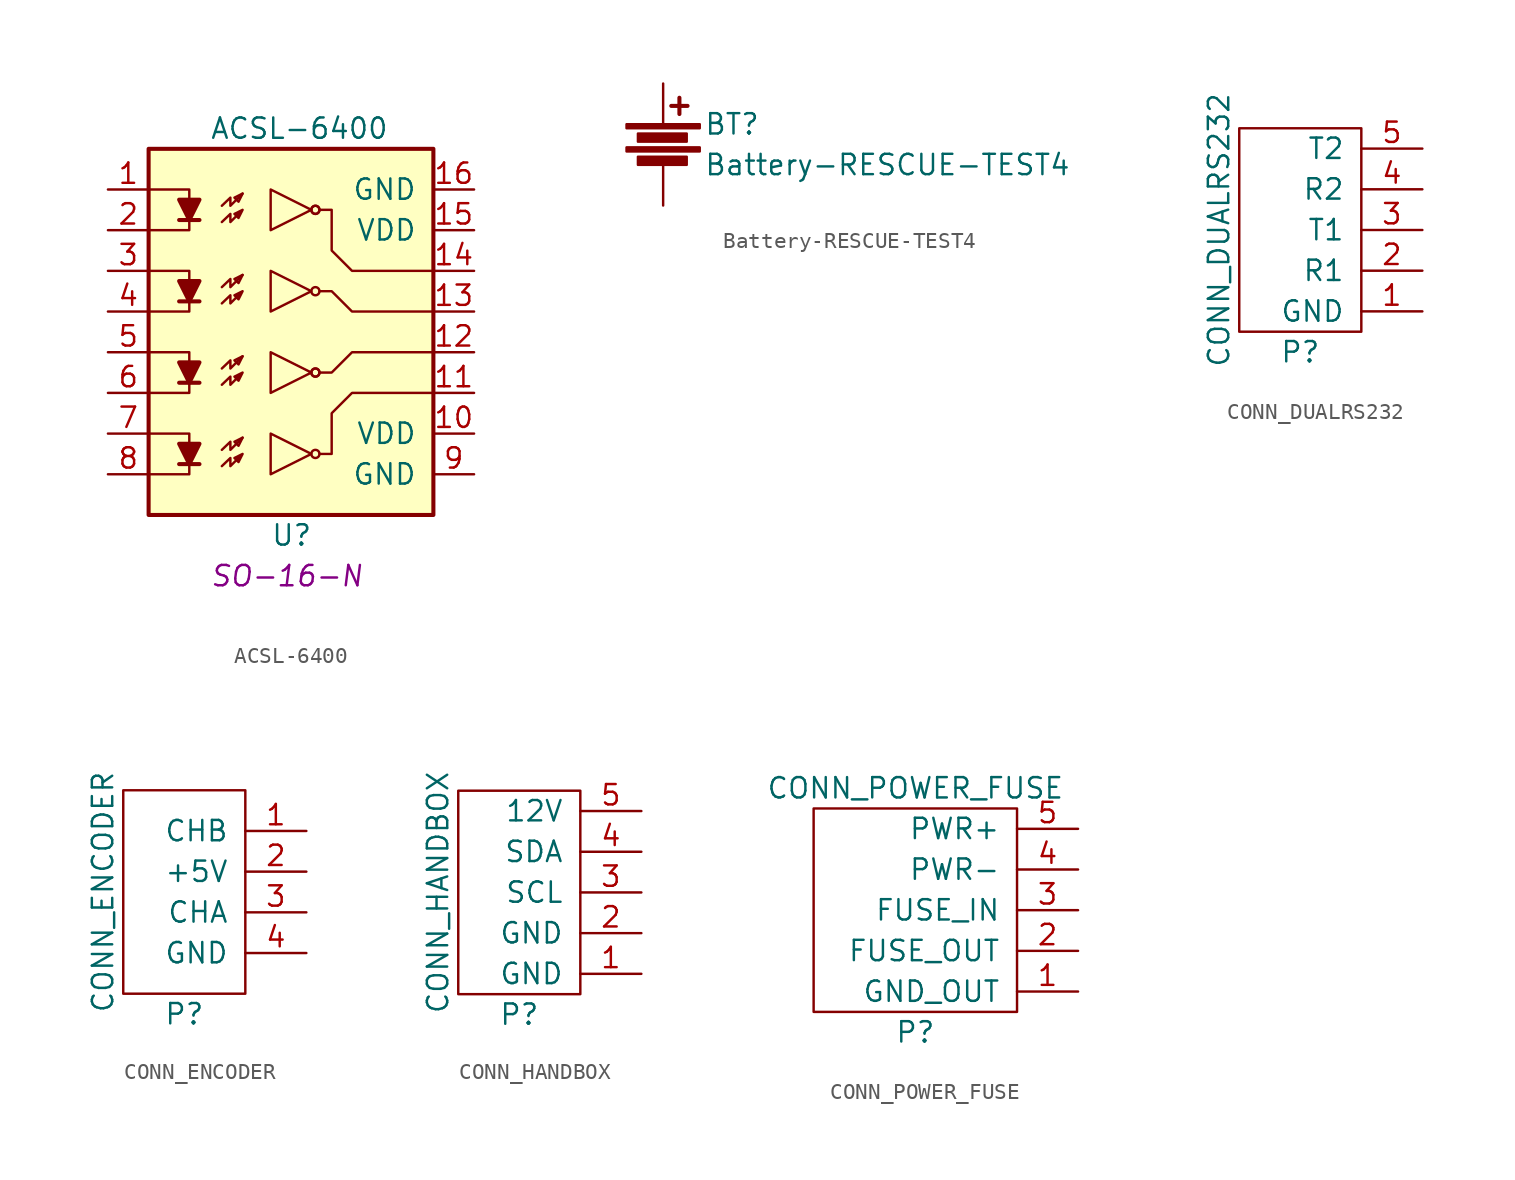
<source format=kicad_sym>
(kicad_symbol_lib
  (version 20231120)
  (generator "kicad_symbol_editor")
  (generator_version "8.0")
  (symbol "ACSL-6400"
    (pin_names
      (offset 1.016))
    (property "Reference" "U"
      (at -1.27 -12.7 0)
      (effects (font (size 1.27 1.27)) (justify left)))
    (property "Value" "ACSL-6400"
      (at -5.08 12.7 0)
      (effects (font (size 1.27 1.27)) (justify left)))
    (property "Footprint" "SO-16-N"
      (at -5.08 -15.24 0)
      (effects (font (size 1.27 1.27) (italic yes)) (justify left)))
    (property "Datasheet" ""
      (at -3.81 -2.54 0)
      (effects (font (size 1.27 1.27)) (justify left)))
    (symbol "ACSL-6400_0_1"
      (rectangle (start -8.89 11.43) (end 8.89 -11.43) (stroke (width 0.254) (type solid)) (fill (type background)))
      (polyline (pts (xy -6.985 -8.255) (xy -5.715 -8.255)) (stroke (width 0.254) (type solid)) (fill (type none)))
      (polyline (pts (xy -6.985 -3.175) (xy -5.715 -3.175)) (stroke (width 0.254) (type solid)) (fill (type none)))
      (polyline (pts (xy -6.985 1.905) (xy -5.715 1.905)) (stroke (width 0.254) (type solid)) (fill (type none)))
      (polyline (pts (xy -6.985 6.985) (xy -5.715 6.985)) (stroke (width 0.254) (type solid)) (fill (type none)))
      (polyline (pts (xy -8.89 -6.35) (xy -6.35 -6.35) (xy -6.35 -8.89) (xy -8.89 -8.89)) (stroke (width 0) (type solid)) (fill (type none)))
      (polyline (pts (xy -8.89 -1.27) (xy -6.35 -1.27) (xy -6.35 -3.81) (xy -8.89 -3.81)) (stroke (width 0) (type solid)) (fill (type none)))
      (polyline (pts (xy -8.89 3.81) (xy -6.35 3.81) (xy -6.35 1.27) (xy -8.89 1.27)) (stroke (width 0) (type solid)) (fill (type none)))
      (polyline (pts (xy -8.89 8.89) (xy -6.35 8.89) (xy -6.35 6.35) (xy -8.89 6.35)) (stroke (width 0) (type solid)) (fill (type none)))
      (polyline (pts (xy -6.35 -8.255) (xy -6.985 -6.985) (xy -5.715 -6.985) (xy -6.35 -8.255)) (stroke (width 0.254) (type solid)) (fill (type outline)))
      (polyline (pts (xy -6.35 -3.175) (xy -6.985 -1.905) (xy -5.715 -1.905) (xy -6.35 -3.175)) (stroke (width 0.254) (type solid)) (fill (type outline)))
      (polyline (pts (xy -6.35 1.905) (xy -6.985 3.175) (xy -5.715 3.175) (xy -6.35 1.905)) (stroke (width 0.254) (type solid)) (fill (type outline)))
      (polyline (pts (xy -6.35 6.985) (xy -6.985 8.255) (xy -5.715 8.255) (xy -6.35 6.985)) (stroke (width 0.254) (type solid)) (fill (type outline)))
      (polyline (pts (xy -4.318 -7.366) (xy -3.785 -6.858) (xy -3.785 -7.366) (xy -3.023 -6.604)) (stroke (width 0) (type solid)) (fill (type none)))
      (polyline (pts (xy -4.318 -2.286) (xy -3.785 -1.778) (xy -3.785 -2.286) (xy -3.023 -1.524)) (stroke (width 0) (type solid)) (fill (type none)))
      (polyline (pts (xy -4.318 2.794) (xy -3.785 3.302) (xy -3.785 2.794) (xy -3.023 3.556)) (stroke (width 0) (type solid)) (fill (type none)))
      (polyline (pts (xy -4.318 7.874) (xy -3.785 8.382) (xy -3.785 7.874) (xy -3.023 8.636)) (stroke (width 0) (type solid)) (fill (type none)))
      (polyline (pts (xy -3.023 -6.604) (xy -3.531 -6.858) (xy -3.277 -7.112) (xy -3.023 -6.604)) (stroke (width 0) (type solid)) (fill (type none)))
      (polyline (pts (xy -3.023 -1.524) (xy -3.531 -1.778) (xy -3.277 -2.032) (xy -3.023 -1.524)) (stroke (width 0) (type solid)) (fill (type none)))
      (polyline (pts (xy -3.023 3.556) (xy -3.531 3.302) (xy -3.277 3.048) (xy -3.023 3.556)) (stroke (width 0) (type solid)) (fill (type none)))
      (polyline (pts (xy -3.023 8.636) (xy -3.531 8.382) (xy -3.277 8.128) (xy -3.023 8.636)) (stroke (width 0) (type solid)) (fill (type none)))
      (polyline (pts (xy -1.27 -6.35) (xy -1.27 -8.89) (xy 1.27 -7.62) (xy -1.27 -6.35)) (stroke (width 0) (type solid)) (fill (type none)))
      (polyline (pts (xy -1.27 -1.27) (xy -1.27 -3.81) (xy 1.27 -2.54) (xy -1.27 -1.27)) (stroke (width 0) (type solid)) (fill (type none)))
      (polyline (pts (xy -1.27 3.81) (xy 1.27 2.54) (xy -1.27 1.27) (xy -1.27 3.81)) (stroke (width 0) (type solid)) (fill (type none)))
      (polyline (pts (xy -1.27 8.89) (xy -1.27 6.35) (xy 1.27 7.62) (xy -1.27 8.89)) (stroke (width 0) (type solid)) (fill (type none)))
      (polyline (pts (xy 1.778 -2.54) (xy 2.54 -2.54) (xy 3.81 -1.27) (xy 8.89 -1.27)) (stroke (width 0) (type solid)) (fill (type none)))
      (polyline (pts (xy 1.778 2.54) (xy 2.54 2.54) (xy 3.81 1.27) (xy 8.89 1.27)) (stroke (width 0) (type solid)) (fill (type none)))
      (polyline (pts (xy 1.778 -7.62) (xy 2.54 -7.62) (xy 2.54 -5.08) (xy 3.81 -3.81) (xy 8.89 -3.81)) (stroke (width 0) (type solid)) (fill (type none)))
      (polyline (pts (xy 1.778 7.62) (xy 2.54 7.62) (xy 2.54 5.08) (xy 3.81 3.81) (xy 8.89 3.81)) (stroke (width 0) (type solid)) (fill (type none)))
      (polyline (pts (xy -4.318 -8.382) (xy -3.785 -7.874) (xy -3.785 -8.382) (xy -3.023 -7.62) (xy -3.531 -7.874) (xy -3.277 -8.128) (xy -3.023 -7.62)) (stroke (width 0) (type solid)) (fill (type none)))
      (polyline (pts (xy -4.318 -3.302) (xy -3.785 -2.794) (xy -3.785 -3.302) (xy -3.023 -2.54) (xy -3.531 -2.794) (xy -3.277 -3.048) (xy -3.023 -2.54)) (stroke (width 0) (type solid)) (fill (type none)))
      (polyline (pts (xy -4.318 1.778) (xy -3.785 2.286) (xy -3.785 1.778) (xy -3.023 2.54) (xy -3.531 2.286) (xy -3.277 2.032) (xy -3.023 2.54)) (stroke (width 0) (type solid)) (fill (type none)))
      (polyline (pts (xy -4.318 6.858) (xy -3.785 7.366) (xy -3.785 6.858) (xy -3.023 7.62) (xy -3.531 7.366) (xy -3.277 7.112) (xy -3.023 7.62)) (stroke (width 0) (type solid)) (fill (type none)))
      (circle (center 1.524 -7.62) (radius 0.254) (stroke (width 0) (type solid)) (fill (type none)))
      (circle (center 1.524 -2.54) (radius 0.254) (stroke (width 0) (type solid)) (fill (type none)))
      (circle (center 1.524 -2.54) (radius 0.254) (stroke (width 0) (type solid)) (fill (type none)))
      (circle (center 1.524 2.54) (radius 0.254) (stroke (width 0) (type solid)) (fill (type none)))
      (circle (center 1.524 7.62) (radius 0.254) (stroke (width 0) (type solid)) (fill (type none)))
      (circle (center 1.524 7.62) (radius 0.254) (stroke (width 0) (type solid)) (fill (type none))))
    (symbol "ACSL-6400_1_1"
      (pin passive line (at -11.43 8.89 0) (length 2.54) (name "~" (effects (font (size 1.27 1.27)))) (number "1" (effects (font (size 1.27 1.27)))))
      (pin power_in line (at 11.43 -6.35 180) (length 2.54) (name "VDD" (effects (font (size 1.27 1.27)))) (number "10" (effects (font (size 1.27 1.27)))))
      (pin output line (at 11.43 -3.81 180) (length 2.54) (name "~" (effects (font (size 1.27 1.27)))) (number "11" (effects (font (size 1.27 1.27)))))
      (pin output line (at 11.43 -1.27 180) (length 2.54) (name "~" (effects (font (size 1.27 1.27)))) (number "12" (effects (font (size 1.27 1.27)))))
      (pin output line (at 11.43 1.27 180) (length 2.54) (name "~" (effects (font (size 1.27 1.27)))) (number "13" (effects (font (size 1.27 1.27)))))
      (pin output line (at 11.43 3.81 180) (length 2.54) (name "~" (effects (font (size 1.27 1.27)))) (number "14" (effects (font (size 1.27 1.27)))))
      (pin power_in line (at 11.43 6.35 180) (length 2.54) (name "VDD" (effects (font (size 1.27 1.27)))) (number "15" (effects (font (size 1.27 1.27)))))
      (pin power_in line (at 11.43 8.89 180) (length 2.54) (name "GND" (effects (font (size 1.27 1.27)))) (number "16" (effects (font (size 1.27 1.27)))))
      (pin passive line (at -11.43 6.35 0) (length 2.54) (name "~" (effects (font (size 1.27 1.27)))) (number "2" (effects (font (size 1.27 1.27)))))
      (pin passive line (at -11.43 3.81 0) (length 2.54) (name "~" (effects (font (size 1.27 1.27)))) (number "3" (effects (font (size 1.27 1.27)))))
      (pin passive line (at -11.43 1.27 0) (length 2.54) (name "~" (effects (font (size 1.27 1.27)))) (number "4" (effects (font (size 1.27 1.27)))))
      (pin passive line (at -11.43 -1.27 0) (length 2.54) (name "~" (effects (font (size 1.27 1.27)))) (number "5" (effects (font (size 1.27 1.27)))))
      (pin passive line (at -11.43 -3.81 0) (length 2.54) (name "~" (effects (font (size 1.27 1.27)))) (number "6" (effects (font (size 1.27 1.27)))))
      (pin passive line (at -11.43 -6.35 0) (length 2.54) (name "~" (effects (font (size 1.27 1.27)))) (number "7" (effects (font (size 1.27 1.27)))))
      (pin passive line (at -11.43 -8.89 0) (length 2.54) (name "~" (effects (font (size 1.27 1.27)))) (number "8" (effects (font (size 1.27 1.27)))))
      (pin power_in line (at 11.43 -8.89 180) (length 2.54) (name "GND" (effects (font (size 1.27 1.27)))) (number "9" (effects (font (size 1.27 1.27)))))))
  (symbol "Battery-RESCUE-TEST4"
    (pin_numbers hide)
    (pin_names
      (offset 0))
    (property "Reference" "BT"
      (at 2.54 1.27 0)
      (effects (font (size 1.27 1.27)) (justify left)))
    (property "Value" "Battery-RESCUE-TEST4"
      (at 2.54 -1.27 0)
      (effects (font (size 1.27 1.27)) (justify left)))
    (property "Footprint" ""
      (at 0 1.016 90)
      (effects (font (size 1.27 1.27))))
    (property "Datasheet" ""
      (at 0 1.016 90)
      (effects (font (size 1.27 1.27))))
    (symbol "Battery-RESCUE-TEST4_0_1"
      (rectangle (start -2.286 -0.178) (end 2.286 -0.432) (stroke (width 0) (type solid)) (fill (type outline)))
      (rectangle (start -2.286 1.27) (end 2.286 1.016) (stroke (width 0) (type solid)) (fill (type outline)))
      (rectangle (start -1.575 -0.762) (end 1.473 -1.27) (stroke (width 0) (type solid)) (fill (type outline)))
      (rectangle (start -1.575 0.686) (end 1.473 0.178) (stroke (width 0) (type solid)) (fill (type outline)))
      (polyline (pts (xy 0.508 2.413) (xy 1.524 2.413)) (stroke (width 0.254) (type solid)) (fill (type none)))
      (polyline (pts (xy 1.016 2.921) (xy 1.016 1.905)) (stroke (width 0.254) (type solid)) (fill (type none))))
    (symbol "Battery-RESCUE-TEST4_1_1"
      (pin passive line (at 0 3.81 270) (length 2.54) (name "~" (effects (font (size 1.27 1.27)))) (number "1" (effects (font (size 1.27 1.27)))))
      (pin passive line (at 0 -3.81 90) (length 2.54) (name "~" (effects (font (size 1.27 1.27)))) (number "2" (effects (font (size 1.27 1.27)))))))
  (symbol "CONN_DUALRS232"
    (pin_names
      (offset 1.016))
    (property "Reference" "P"
      (at 0 -7.62 0)
      (effects (font (size 1.27 1.27))))
    (property "Value" "CONN_DUALRS232"
      (at -5.08 0 90)
      (effects (font (size 1.27 1.27))))
    (property "Footprint" ""
      (at -3.81 0 0)
      (effects (font (size 1.27 1.27))))
    (property "Datasheet" ""
      (at -3.81 0 0)
      (effects (font (size 1.27 1.27))))
    (symbol "CONN_DUALRS232_0_1"
      (rectangle (start -3.81 6.35) (end 3.81 -6.35) (stroke (width 0) (type solid)) (fill (type none))))
    (symbol "CONN_DUALRS232_1_1"
      (pin power_in line (at 7.62 -5.08 180) (length 3.81) (name "GND" (effects (font (size 1.27 1.27)))) (number "1" (effects (font (size 1.27 1.27)))))
      (pin output line (at 7.62 -2.54 180) (length 3.81) (name "R1" (effects (font (size 1.27 1.27)))) (number "2" (effects (font (size 1.27 1.27)))))
      (pin input line (at 7.62 0 180) (length 3.81) (name "T1" (effects (font (size 1.27 1.27)))) (number "3" (effects (font (size 1.27 1.27)))))
      (pin output line (at 7.62 2.54 180) (length 3.81) (name "R2" (effects (font (size 1.27 1.27)))) (number "4" (effects (font (size 1.27 1.27)))))
      (pin input line (at 7.62 5.08 180) (length 3.81) (name "T2" (effects (font (size 1.27 1.27)))) (number "5" (effects (font (size 1.27 1.27)))))))
  (symbol "CONN_ENCODER"
    (pin_names
      (offset 1.016))
    (property "Reference" "P"
      (at 0 -7.62 0)
      (effects (font (size 1.27 1.27))))
    (property "Value" "CONN_ENCODER"
      (at -5.08 0 90)
      (effects (font (size 1.27 1.27))))
    (property "Footprint" ""
      (at -3.81 0 0)
      (effects (font (size 1.27 1.27))))
    (property "Datasheet" ""
      (at -3.81 0 0)
      (effects (font (size 1.27 1.27))))
    (symbol "CONN_ENCODER_0_1"
      (rectangle (start -3.81 6.35) (end 3.81 -6.35) (stroke (width 0) (type solid)) (fill (type none))))
    (symbol "CONN_ENCODER_1_1"
      (pin output line (at 7.62 3.81 180) (length 3.81) (name "CHB" (effects (font (size 1.27 1.27)))) (number "1" (effects (font (size 1.27 1.27)))))
      (pin power_in line (at 7.62 1.27 180) (length 3.81) (name "+5V" (effects (font (size 1.27 1.27)))) (number "2" (effects (font (size 1.27 1.27)))))
      (pin output line (at 7.62 -1.27 180) (length 3.81) (name "CHA" (effects (font (size 1.27 1.27)))) (number "3" (effects (font (size 1.27 1.27)))))
      (pin power_in line (at 7.62 -3.81 180) (length 3.81) (name "GND" (effects (font (size 1.27 1.27)))) (number "4" (effects (font (size 1.27 1.27)))))))
  (symbol "CONN_HANDBOX"
    (pin_names
      (offset 1.016))
    (property "Reference" "P"
      (at 0 -7.62 0)
      (effects (font (size 1.27 1.27))))
    (property "Value" "CONN_HANDBOX"
      (at -5.08 0 90)
      (effects (font (size 1.27 1.27))))
    (property "Footprint" ""
      (at -3.81 0 0)
      (effects (font (size 1.27 1.27))))
    (property "Datasheet" ""
      (at -3.81 0 0)
      (effects (font (size 1.27 1.27))))
    (symbol "CONN_HANDBOX_0_1"
      (rectangle (start -3.81 6.35) (end 3.81 -6.35) (stroke (width 0) (type solid)) (fill (type none))))
    (symbol "CONN_HANDBOX_1_1"
      (pin power_in line (at 7.62 -5.08 180) (length 3.81) (name "GND" (effects (font (size 1.27 1.27)))) (number "1" (effects (font (size 1.27 1.27)))))
      (pin power_in line (at 7.62 -2.54 180) (length 3.81) (name "GND" (effects (font (size 1.27 1.27)))) (number "2" (effects (font (size 1.27 1.27)))))
      (pin bidirectional line (at 7.62 0 180) (length 3.81) (name "SCL" (effects (font (size 1.27 1.27)))) (number "3" (effects (font (size 1.27 1.27)))))
      (pin bidirectional line (at 7.62 2.54 180) (length 3.81) (name "SDA" (effects (font (size 1.27 1.27)))) (number "4" (effects (font (size 1.27 1.27)))))
      (pin power_in line (at 7.62 5.08 180) (length 3.81) (name "12V" (effects (font (size 1.27 1.27)))) (number "5" (effects (font (size 1.27 1.27)))))))
  (symbol "CONN_POWER_FUSE"
    (pin_names
      (offset 1.016))
    (property "Reference" "P"
      (at 0 -7.62 0)
      (effects (font (size 1.27 1.27))))
    (property "Value" "CONN_POWER_FUSE"
      (at 0 7.62 0)
      (effects (font (size 1.27 1.27))))
    (property "Footprint" ""
      (at -1.27 0 0)
      (effects (font (size 1.27 1.27))))
    (property "Datasheet" ""
      (at -1.27 0 0)
      (effects (font (size 1.27 1.27))))
    (symbol "CONN_POWER_FUSE_0_1"
      (rectangle (start -6.35 6.35) (end 6.35 -6.35) (stroke (width 0) (type solid)) (fill (type none))))
    (symbol "CONN_POWER_FUSE_1_1"
      (pin power_in line (at 10.16 -5.08 180) (length 3.81) (name "GND_OUT" (effects (font (size 1.27 1.27)))) (number "1" (effects (font (size 1.27 1.27)))))
      (pin power_out line (at 10.16 -2.54 180) (length 3.81) (name "FUSE_OUT" (effects (font (size 1.27 1.27)))) (number "2" (effects (font (size 1.27 1.27)))))
      (pin power_in line (at 10.16 0 180) (length 3.81) (name "FUSE_IN" (effects (font (size 1.27 1.27)))) (number "3" (effects (font (size 1.27 1.27)))))
      (pin power_in line (at 10.16 2.54 180) (length 3.81) (name "PWR-" (effects (font (size 1.27 1.27)))) (number "4" (effects (font (size 1.27 1.27)))))
      (pin power_out line (at 10.16 5.08 180) (length 3.81) (name "PWR+" (effects (font (size 1.27 1.27)))) (number "5" (effects (font (size 1.27 1.27))))))))
</source>
